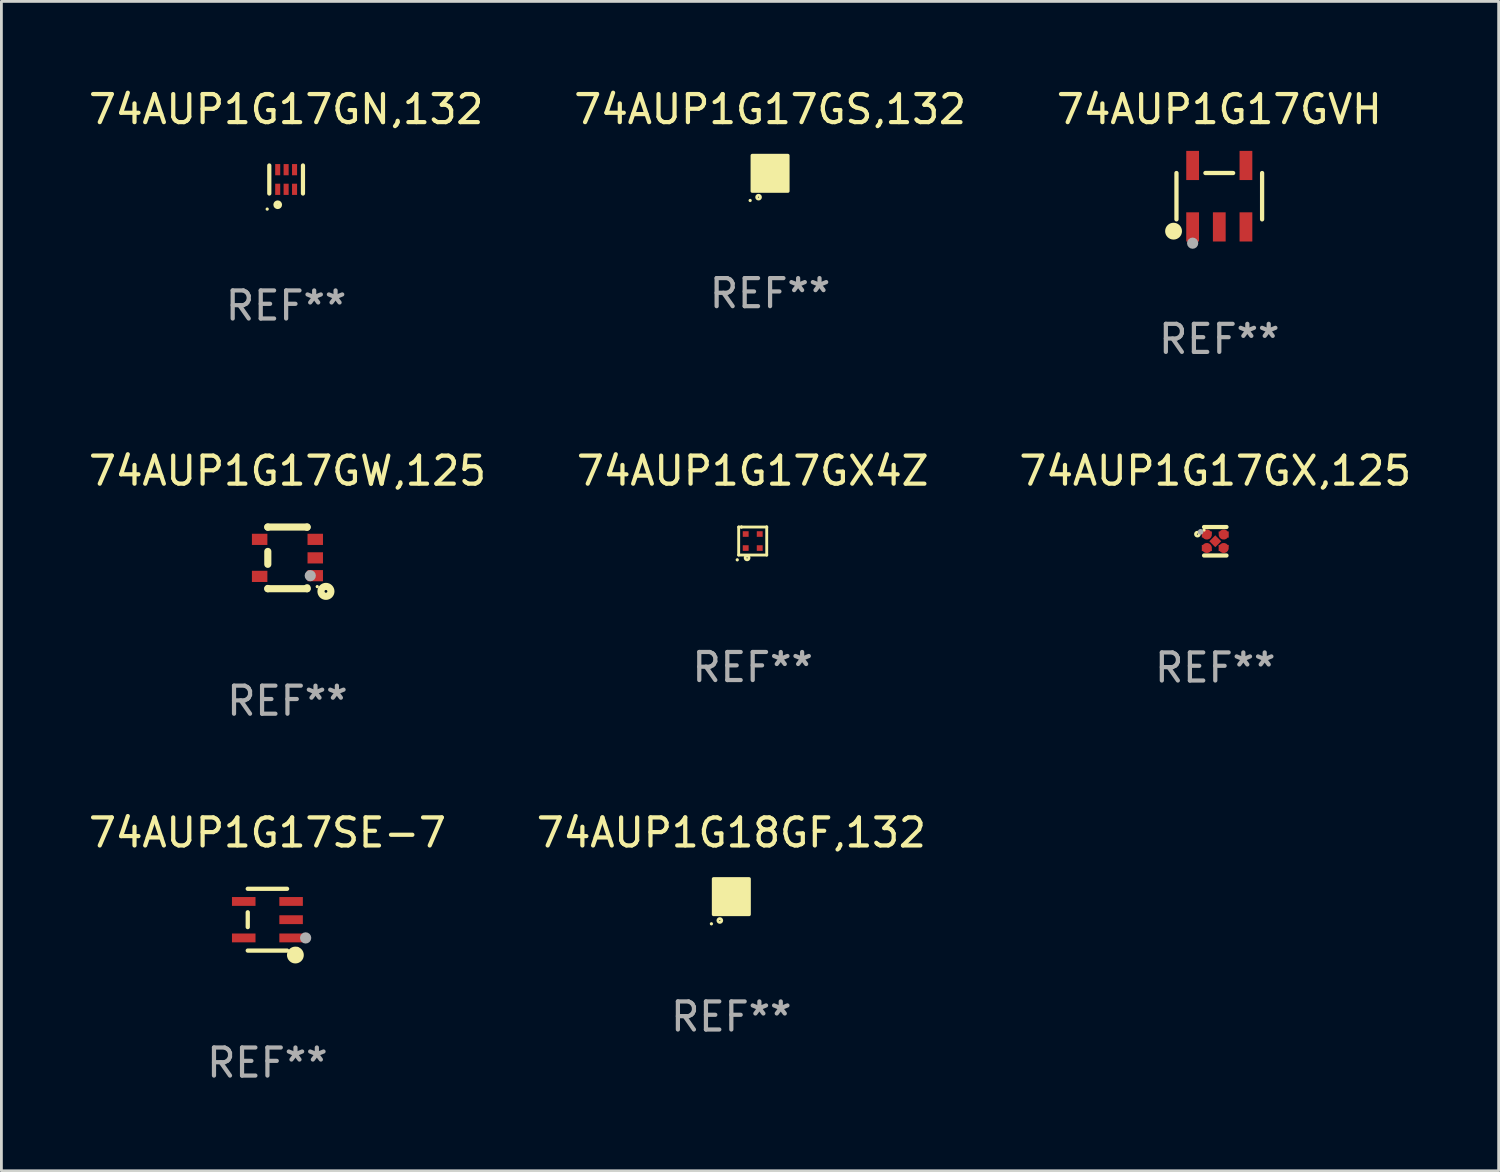
<source format=kicad_pcb>
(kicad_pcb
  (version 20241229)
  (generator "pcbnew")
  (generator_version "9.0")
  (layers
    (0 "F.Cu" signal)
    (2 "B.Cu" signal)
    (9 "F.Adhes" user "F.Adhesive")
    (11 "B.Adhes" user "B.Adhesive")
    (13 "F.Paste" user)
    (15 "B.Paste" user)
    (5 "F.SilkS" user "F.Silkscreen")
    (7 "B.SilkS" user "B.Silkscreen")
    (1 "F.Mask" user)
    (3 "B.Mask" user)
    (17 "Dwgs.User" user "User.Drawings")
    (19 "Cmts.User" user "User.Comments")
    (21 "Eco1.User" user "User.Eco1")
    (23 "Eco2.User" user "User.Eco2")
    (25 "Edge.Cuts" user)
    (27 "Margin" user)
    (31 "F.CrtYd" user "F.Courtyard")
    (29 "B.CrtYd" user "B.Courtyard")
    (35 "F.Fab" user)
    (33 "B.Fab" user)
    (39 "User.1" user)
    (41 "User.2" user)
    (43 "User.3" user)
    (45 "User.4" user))
  (footprint "74AUP1G17GVH"
    (layer "F.Cu")
    (at 40.411 3.943)
    (property "Reference" "74AUP1G17GVH" (at 0 -3.095 0) (layer "F.SilkS") (effects (font (size 1 1) (thickness 0.15))))
    (attr through_hole)
    (fp_line (start -1.526 0.826) (end -1.526 -0.826) (stroke (width 0.152) (type solid)) (layer "F.SilkS"))
    (fp_line (start 0.494 -0.826) (end -0.494 -0.826) (stroke (width 0.152) (type solid)) (layer "F.SilkS"))
    (fp_line (start 1.526 0.826) (end 1.526 -0.826) (stroke (width 0.152) (type solid)) (layer "F.SilkS"))
    (fp_circle (center -1.63 1.247) (end -1.48 1.247) (stroke (width 0.3) (type solid)) (fill no) (layer "F.SilkS"))
    (fp_circle (center -1.45 1.375) (end -1.42 1.375) (stroke (width 0.06) (type solid)) (fill no) (layer "F.SilkS"))
    (fp_circle (center -0.95 1.675) (end -0.85 1.675) (stroke (width 0.2) (type solid)) (fill no) (layer "F.Fab"))
    (fp_text user "REF**" (at 0 5.095 0) (layer "F.Fab") (effects (font (size 1 1) (thickness 0.15))))
    (pad "1" smd rect (at -0.95 1.095) (size 0.455 1.04) (layers "F.Cu" "F.Mask" "F.Paste"))
    (pad "2" smd rect (at 0 1.095) (size 0.455 1.04) (layers "F.Cu" "F.Mask" "F.Paste"))
    (pad "3" smd rect (at 0.95 1.095) (size 0.455 1.04) (layers "F.Cu" "F.Mask" "F.Paste"))
    (pad "4" smd rect (at 0.95 -1.095) (size 0.455 1.04) (layers "F.Cu" "F.Mask" "F.Paste"))
    (pad "5" smd rect (at -0.95 -1.095) (size 0.455 1.04) (layers "F.Cu" "F.Mask" "F.Paste")))
  (footprint "74AUP1G17GX4Z"
    (layer "F.Cu")
    (at 23.78 16.235)
    (property "Reference" "74AUP1G17GX4Z" (at 0 -2.5 0) (layer "F.SilkS") (effects (font (size 1 1) (thickness 0.15))))
    (attr through_hole)
    (fp_line (start -0.5 -0.5) (end -0.399 -0.5) (stroke (width 0.102) (type solid)) (layer "F.SilkS"))
    (fp_line (start -0.5 0.5) (end -0.5 -0.5) (stroke (width 0.102) (type solid)) (layer "F.SilkS"))
    (fp_line (start -0.399 -0.5) (end -0.399 -0.5) (stroke (width 0.102) (type solid)) (layer "F.SilkS"))
    (fp_line (start -0.399 -0.5) (end 0.5 -0.5) (stroke (width 0.102) (type solid)) (layer "F.SilkS"))
    (fp_line (start 0.5 -0.5) (end 0.5 -0.5) (stroke (width 0.102) (type solid)) (layer "F.SilkS"))
    (fp_line (start 0.5 -0.5) (end 0.5 0.5) (stroke (width 0.102) (type solid)) (layer "F.SilkS"))
    (fp_line (start 0.5 0.5) (end -0.5 0.5) (stroke (width 0.102) (type solid)) (layer "F.SilkS"))
    (fp_circle (center -0.551 0.67) (end -0.521 0.67) (stroke (width 0.06) (type solid)) (fill no) (layer "F.SilkS"))
    (fp_circle (center -0.2 0.6) (end -0.18 0.6) (stroke (width 0.1) (type solid)) (fill no) (layer "F.SilkS"))
    (fp_text user "REF**" (at 0 4.5 0) (layer "F.Fab") (effects (font (size 1 1) (thickness 0.15))))
    (pad "1" smd rect (at -0.25 0.25 90) (size 0.2 0.21) (layers "F.Cu" "F.Mask" "F.Paste"))
    (pad "2" smd rect (at 0.25 0.25 90) (size 0.2 0.21) (layers "F.Cu" "F.Mask" "F.Paste"))
    (pad "3" smd rect (at 0.25 -0.25 90) (size 0.2 0.21) (layers "F.Cu" "F.Mask" "F.Paste"))
    (pad "4" smd rect (at -0.25 -0.25 90) (size 0.2 0.21) (layers "F.Cu" "F.Mask" "F.Paste")))
  (footprint "74AUP1G18GF,132"
    (layer "F.Cu")
    (at 23.018 28.911)
    (property "Reference" "74AUP1G18GF,132" (at 0 -2.28 0) (layer "F.SilkS") (effects (font (size 1 1) (thickness 0.15))))
    (attr through_hole)
    (fp_circle (center -0.71 0.968) (end -0.68 0.968) (stroke (width 0.06) (type solid)) (fill no) (layer "F.SilkS"))
    (fp_circle (center -0.41 0.85) (end -0.342 0.85) (stroke (width 0.1) (type solid)) (fill no) (layer "F.SilkS"))
    (fp_poly (pts (xy -0.635 -0.635) (xy 0.635 -0.635) (xy 0.635 0.635) (xy -0.635 0.635)) (stroke (width 0.12) (type solid)) (fill yes) (layer "F.SilkS"))
    (fp_text user "REF**" (at 0 4.28 0) (layer "F.Fab") (effects (font (size 1 1) (thickness 0.15))))
    (pad "1" smd rect (at -0.35 0.28 90) (size 0.35 0.2) (layers "F.Cu" "F.Mask" "F.Paste"))
    (pad "2" smd rect (at 0 0.28 90) (size 0.35 0.2) (layers "F.Cu" "F.Mask" "F.Paste"))
    (pad "3" smd rect (at 0.35 0.28 90) (size 0.35 0.2) (layers "F.Cu" "F.Mask" "F.Paste"))
    (pad "4" smd rect (at 0.35 -0.28 90) (size 0.35 0.2) (layers "F.Cu" "F.Mask" "F.Paste"))
    (pad "5" smd rect (at 0 -0.28 90) (size 0.35 0.2) (layers "F.Cu" "F.Mask" "F.Paste"))
    (pad "6" smd rect (at -0.35 -0.28 90) (size 0.35 0.2) (layers "F.Cu" "F.Mask" "F.Paste")))
  (footprint "74AUP1G17GX,125"
    (layer "F.Cu")
    (at 40.268 16.243)
    (property "Reference" "74AUP1G17GX,125" (at 0 -2.508 0) (layer "F.SilkS") (effects (font (size 1 1) (thickness 0.15))))
    (attr through_hole)
    (fp_line (start 0.4 -0.508) (end -0.4 -0.508) (stroke (width 0.15) (type solid)) (layer "F.SilkS"))
    (fp_line (start 0.4 0.508) (end -0.4 0.508) (stroke (width 0.15) (type solid)) (layer "F.SilkS"))
    (fp_circle (center -0.635 -0.254) (end -0.615 -0.254) (stroke (width 0.1) (type solid)) (fill no) (layer "F.SilkS"))
    (fp_circle (center -0.401 -0.4) (end -0.371 -0.4) (stroke (width 0.06) (type solid)) (fill no) (layer "F.SilkS"))
    (fp_circle (center -0.523 -0.337) (end -0.473 -0.337) (stroke (width 0.1) (type solid)) (fill no) (layer "F.Fab"))
    (fp_text user "REF**" (at 0 4.508 0) (layer "F.Fab") (effects (font (size 1 1) (thickness 0.15))))
    (pad "1" smd custom (at -0.3 -0.24) (size 0.36 0.22) (layers "F.Cu" "F.Mask" "F.Paste") (options (anchor circle)) (primitives (gr_poly (pts (xy -0.18 -0.11) (xy -0.18 0.11) (xy 0.000127 0.11) (xy 0.18 -0.03) (xy 0.18 -0.11) (xy -0.18 -0.11)) (width 0) (fill yes))))
    (pad "2" smd custom (at -0.3 0.24) (size 0.36 0.22) (layers "F.Cu" "F.Mask" "F.Paste") (options (anchor circle)) (primitives (gr_poly (pts (xy -0.18 0.11) (xy -0.18 -0.11) (xy 0.000127 -0.11) (xy 0.18 0.03) (xy 0.18 0.11) (xy -0.18 0.11)) (width 0) (fill yes))))
    (pad "3" smd rect (at 0.000102 -0.000127 45) (size 0.3 0.3) (layers "F.Cu" "F.Mask" "F.Paste"))
    (pad "4" smd custom (at 0.3 0.24 180) (size 0.36 0.22) (layers "F.Cu" "F.Mask" "F.Paste") (options (anchor circle)) (primitives (gr_poly (pts (xy 0.18 0.11) (xy 0.18 -0.11) (xy -0.000178 -0.11) (xy -0.18 0.03) (xy -0.18 0.11) (xy 0.18 0.11)) (width 0) (fill yes))))
    (pad "5" smd custom (at 0.3 -0.24) (size 0.36 0.22) (layers "F.Cu" "F.Mask" "F.Paste") (options (anchor circle)) (primitives (gr_poly (pts (xy 0.18 -0.11) (xy 0.18 0.11) (xy -0.000152 0.11) (xy -0.18 -0.03) (xy -0.18 -0.11) (xy 0.18 -0.11)) (width 0) (fill yes)))))
  (footprint "74AUP1G17SE-7"
    (layer "F.Cu")
    (at 6.482 29.732)
    (property "Reference" "74AUP1G17SE-7" (at 0 -3.101 0) (layer "F.SilkS") (effects (font (size 1 1) (thickness 0.15))))
    (attr through_hole)
    (fp_line (start -0.701 -0.264) (end -0.701 0.264) (stroke (width 0.152) (type solid)) (layer "F.SilkS"))
    (fp_line (start 0.701 -1.101) (end -0.701 -1.101) (stroke (width 0.152) (type solid)) (layer "F.SilkS"))
    (fp_line (start 0.701 1.101) (end -0.701 1.101) (stroke (width 0.152) (type solid)) (layer "F.SilkS"))
    (fp_circle (center 0.997 1.26) (end 1.147 1.26) (stroke (width 0.3) (type solid)) (fill no) (layer "F.SilkS"))
    (fp_circle (center 1.063 1.025) (end 1.093 1.025) (stroke (width 0.06) (type solid)) (fill no) (layer "F.SilkS"))
    (fp_circle (center 1.362 0.65) (end 1.463 0.65) (stroke (width 0.2) (type solid)) (fill no) (layer "F.Fab"))
    (fp_text user "REF**" (at 0 5.101 0) (layer "F.Fab") (effects (font (size 1 1) (thickness 0.15))))
    (pad "1" smd rect (at 0.844 0.65) (size 0.839 0.315) (layers "F.Cu" "F.Mask" "F.Paste"))
    (pad "2" smd rect (at 0.844 0) (size 0.839 0.315) (layers "F.Cu" "F.Mask" "F.Paste"))
    (pad "3" smd rect (at 0.844 -0.65) (size 0.839 0.315) (layers "F.Cu" "F.Mask" "F.Paste"))
    (pad "4" smd rect (at -0.844 -0.65) (size 0.839 0.315) (layers "F.Cu" "F.Mask" "F.Paste"))
    (pad "5" smd rect (at -0.844 0.65) (size 0.839 0.315) (layers "F.Cu" "F.Mask" "F.Paste")))
  (footprint "74AUP1G17GS,132"
    (layer "F.Cu")
    (at 24.399 3.128)
    (property "Reference" "74AUP1G17GS,132" (at 0 -2.28 0) (layer "F.SilkS") (effects (font (size 1 1) (thickness 0.15))))
    (attr through_hole)
    (fp_circle (center -0.71 0.968) (end -0.68 0.968) (stroke (width 0.06) (type solid)) (fill no) (layer "F.SilkS"))
    (fp_circle (center -0.41 0.85) (end -0.342 0.85) (stroke (width 0.1) (type solid)) (fill no) (layer "F.SilkS"))
    (fp_poly (pts (xy -0.635 -0.635) (xy 0.635 -0.635) (xy 0.635 0.635) (xy -0.635 0.635)) (stroke (width 0.12) (type solid)) (fill yes) (layer "F.SilkS"))
    (fp_text user "REF**" (at 0 4.28 0) (layer "F.Fab") (effects (font (size 1 1) (thickness 0.15))))
    (pad "1" smd rect (at -0.35 0.28 90) (size 0.35 0.2) (layers "F.Cu" "F.Mask" "F.Paste"))
    (pad "2" smd rect (at 0 0.28 90) (size 0.35 0.2) (layers "F.Cu" "F.Mask" "F.Paste"))
    (pad "3" smd rect (at 0.35 0.28 90) (size 0.35 0.2) (layers "F.Cu" "F.Mask" "F.Paste"))
    (pad "4" smd rect (at 0.35 -0.28 90) (size 0.35 0.2) (layers "F.Cu" "F.Mask" "F.Paste"))
    (pad "5" smd rect (at 0 -0.28 90) (size 0.35 0.2) (layers "F.Cu" "F.Mask" "F.Paste"))
    (pad "6" smd rect (at -0.35 -0.28 90) (size 0.35 0.2) (layers "F.Cu" "F.Mask" "F.Paste")))
  (footprint "74AUP1G17GN,132"
    (layer "F.Cu")
    (at 7.149 3.348)
    (property "Reference" "74AUP1G17GN,132" (at 0 -2.5 0) (layer "F.SilkS") (effects (font (size 1 1) (thickness 0.15))))
    (attr through_hole)
    (fp_line (start -0.6 -0.5) (end -0.6 0.5) (stroke (width 0.15) (type solid)) (layer "F.SilkS"))
    (fp_line (start 0.6 0.5) (end 0.6 -0.5) (stroke (width 0.15) (type solid)) (layer "F.SilkS"))
    (fp_circle (center -0.675 1.055) (end -0.645 1.055) (stroke (width 0.06) (type solid)) (fill no) (layer "F.SilkS"))
    (fp_circle (center -0.3 0.9) (end -0.22 0.9) (stroke (width 0.15) (type solid)) (fill no) (layer "F.SilkS"))
    (fp_text user "REF**" (at 0 4.5 0) (layer "F.Fab") (effects (font (size 1 1) (thickness 0.15))))
    (pad "1" smd rect (at -0.3 0.35) (size 0.18 0.4) (layers "F.Cu" "F.Mask" "F.Paste"))
    (pad "2" smd rect (at 0.000025 0.35) (size 0.18 0.4) (layers "F.Cu" "F.Mask" "F.Paste"))
    (pad "3" smd rect (at 0.3 0.35) (size 0.18 0.4) (layers "F.Cu" "F.Mask" "F.Paste"))
    (pad "4" smd rect (at 0.3 -0.35) (size 0.18 0.4) (layers "F.Cu" "F.Mask" "F.Paste"))
    (pad "5" smd rect (at 0.000025 -0.35) (size 0.18 0.4) (layers "F.Cu" "F.Mask" "F.Paste"))
    (pad "6" smd rect (at -0.3 -0.35) (size 0.18 0.4) (layers "F.Cu" "F.Mask" "F.Paste")))
  (footprint "74AUP1G17GW,125"
    (layer "F.Cu")
    (at 7.196 16.835)
    (property "Reference" "74AUP1G17GW,125" (at 0 -3.1 0) (layer "F.SilkS") (effects (font (size 1 1) (thickness 0.15))))
    (attr through_hole)
    (fp_line (start -0.7 -1.1) (end 0.7 -1.1) (stroke (width 0.254) (type solid)) (layer "F.SilkS"))
    (fp_line (start -0.7 -1.09) (end -0.7 -1.1) (stroke (width 0.254) (type solid)) (layer "F.SilkS"))
    (fp_line (start -0.7 0.23) (end -0.7 -0.23) (stroke (width 0.254) (type solid)) (layer "F.SilkS"))
    (fp_line (start -0.7 1.1) (end -0.7 1.09) (stroke (width 0.254) (type solid)) (layer "F.SilkS"))
    (fp_line (start -0.7 1.1) (end 0.7 1.1) (stroke (width 0.254) (type solid)) (layer "F.SilkS"))
    (fp_line (start 0.7 -1.09) (end 0.7 -1.1) (stroke (width 0.254) (type solid)) (layer "F.SilkS"))
    (fp_line (start 0.7 1.1) (end 0.7 1.065) (stroke (width 0.254) (type solid)) (layer "F.SilkS"))
    (fp_circle (center 1.062 1.025) (end 1.092 1.025) (stroke (width 0.06) (type solid)) (fill no) (layer "F.SilkS"))
    (fp_circle (center 1.372 1.194) (end 1.422 1.194) (stroke (width 0.254) (type solid)) (fill no) (layer "F.SilkS"))
    (fp_circle (center 0.813 0.635) (end 0.913 0.635) (stroke (width 0.2) (type solid)) (fill no) (layer "F.Fab"))
    (fp_text user "REF**" (at 0 5.1 0) (layer "F.Fab") (effects (font (size 1 1) (thickness 0.15))))
    (pad "1" smd rect (at 0.991 0.635 270) (size 0.399 0.551) (layers "F.Cu" "F.Mask" "F.Paste"))
    (pad "2" smd rect (at 0.991 0.000051 270) (size 0.399 0.551) (layers "F.Cu" "F.Mask" "F.Paste"))
    (pad "3" smd rect (at 0.991 -0.66 270) (size 0.399 0.551) (layers "F.Cu" "F.Mask" "F.Paste"))
    (pad "4" smd rect (at -0.991 -0.66 270) (size 0.399 0.551) (layers "F.Cu" "F.Mask" "F.Paste"))
    (pad "5" smd rect (at -0.991 0.66 270) (size 0.399 0.551) (layers "F.Cu" "F.Mask" "F.Paste")))
  (gr_rect
    (start -3 -3)
    (end 50.369 38.682)
    (stroke (width 0.1) (type default))
    (fill no)
    (layer "Edge.Cuts")))
</source>
